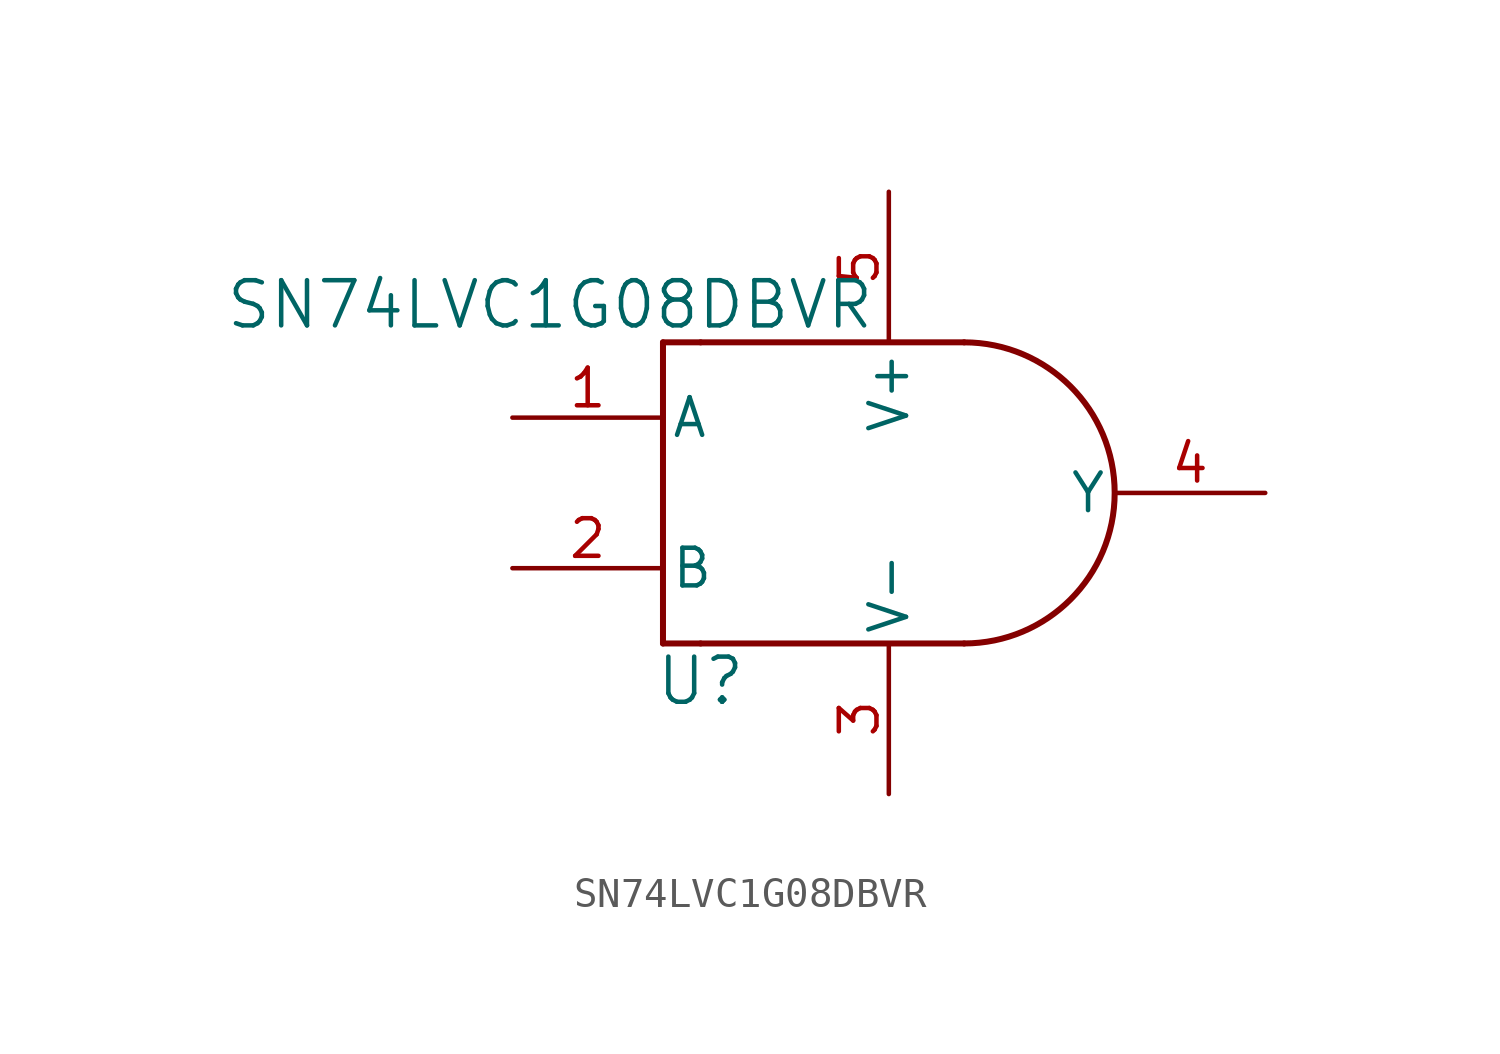
<source format=kicad_sym>
(kicad_symbol_lib
  (version 20211014)
  (generator kicad_symbol_editor)
  (symbol "SN74LVC1G08DBVR"
    (pin_names
      (offset 0.254))
    (property "Reference" "U"
      (at -6.35 -6.35 0)
      (effects (font (size 1.524 1.524))))
    (property "Value" "SN74LVC1G08DBVR"
      (at -11.43 6.35 0)
      (effects (font (size 1.524 1.524))))
    (property "ki_locked" ""
      (at 0 0 0)
      (effects (font (size 1.27 1.27))))
    (symbol "SN74LVC1G08DBVR_0_1"
      (polyline (pts (xy -7.62 -5.08) (xy -7.62 5.08)) (stroke (width 0.203) (type default) (color 0 0 0 0)) (fill (type none)))
      (polyline (pts (xy -7.62 5.08) (xy -6.35 5.08)) (stroke (width 0.203) (type default) (color 0 0 0 0)) (fill (type none)))
      (polyline (pts (xy -6.35 -5.08) (xy -7.62 -5.08)) (stroke (width 0.203) (type default) (color 0 0 0 0)) (fill (type none)))
      (polyline (pts (xy -6.35 -5.08) (xy 2.54 -5.08)) (stroke (width 0.203) (type default) (color 0 0 0 0)) (fill (type none)))
      (polyline (pts (xy -6.35 5.08) (xy 2.54 5.08)) (stroke (width 0.203) (type default) (color 0 0 0 0)) (fill (type none)))
      (arc (start 2.54 -5.08) (mid 7.62 0) (end 2.54 5.08) (stroke (width 0.2032) (type default) (color 0 0 0 0)) (fill (type none)))
      (pin input line (at -12.7 2.54 0) (length 5.08) (name "A" (effects (font (size 1.27 1.27)))) (number "1" (effects (font (size 1.27 1.27)))))
      (pin input line (at -12.7 -2.54 0) (length 5.08) (name "B" (effects (font (size 1.27 1.27)))) (number "2" (effects (font (size 1.27 1.27)))))
      (pin power_in line (at 0 -10.16 90) (length 5.08) (name "V-" (effects (font (size 1.27 1.27)))) (number "3" (effects (font (size 1.27 1.27)))))
      (pin output line (at 12.7 0 180) (length 5.08) (name "Y" (effects (font (size 1.27 1.27)))) (number "4" (effects (font (size 1.27 1.27)))))
      (pin power_in line (at 0 10.16 270) (length 5.08) (name "V+" (effects (font (size 1.27 1.27)))) (number "5" (effects (font (size 1.27 1.27))))))))
</source>
